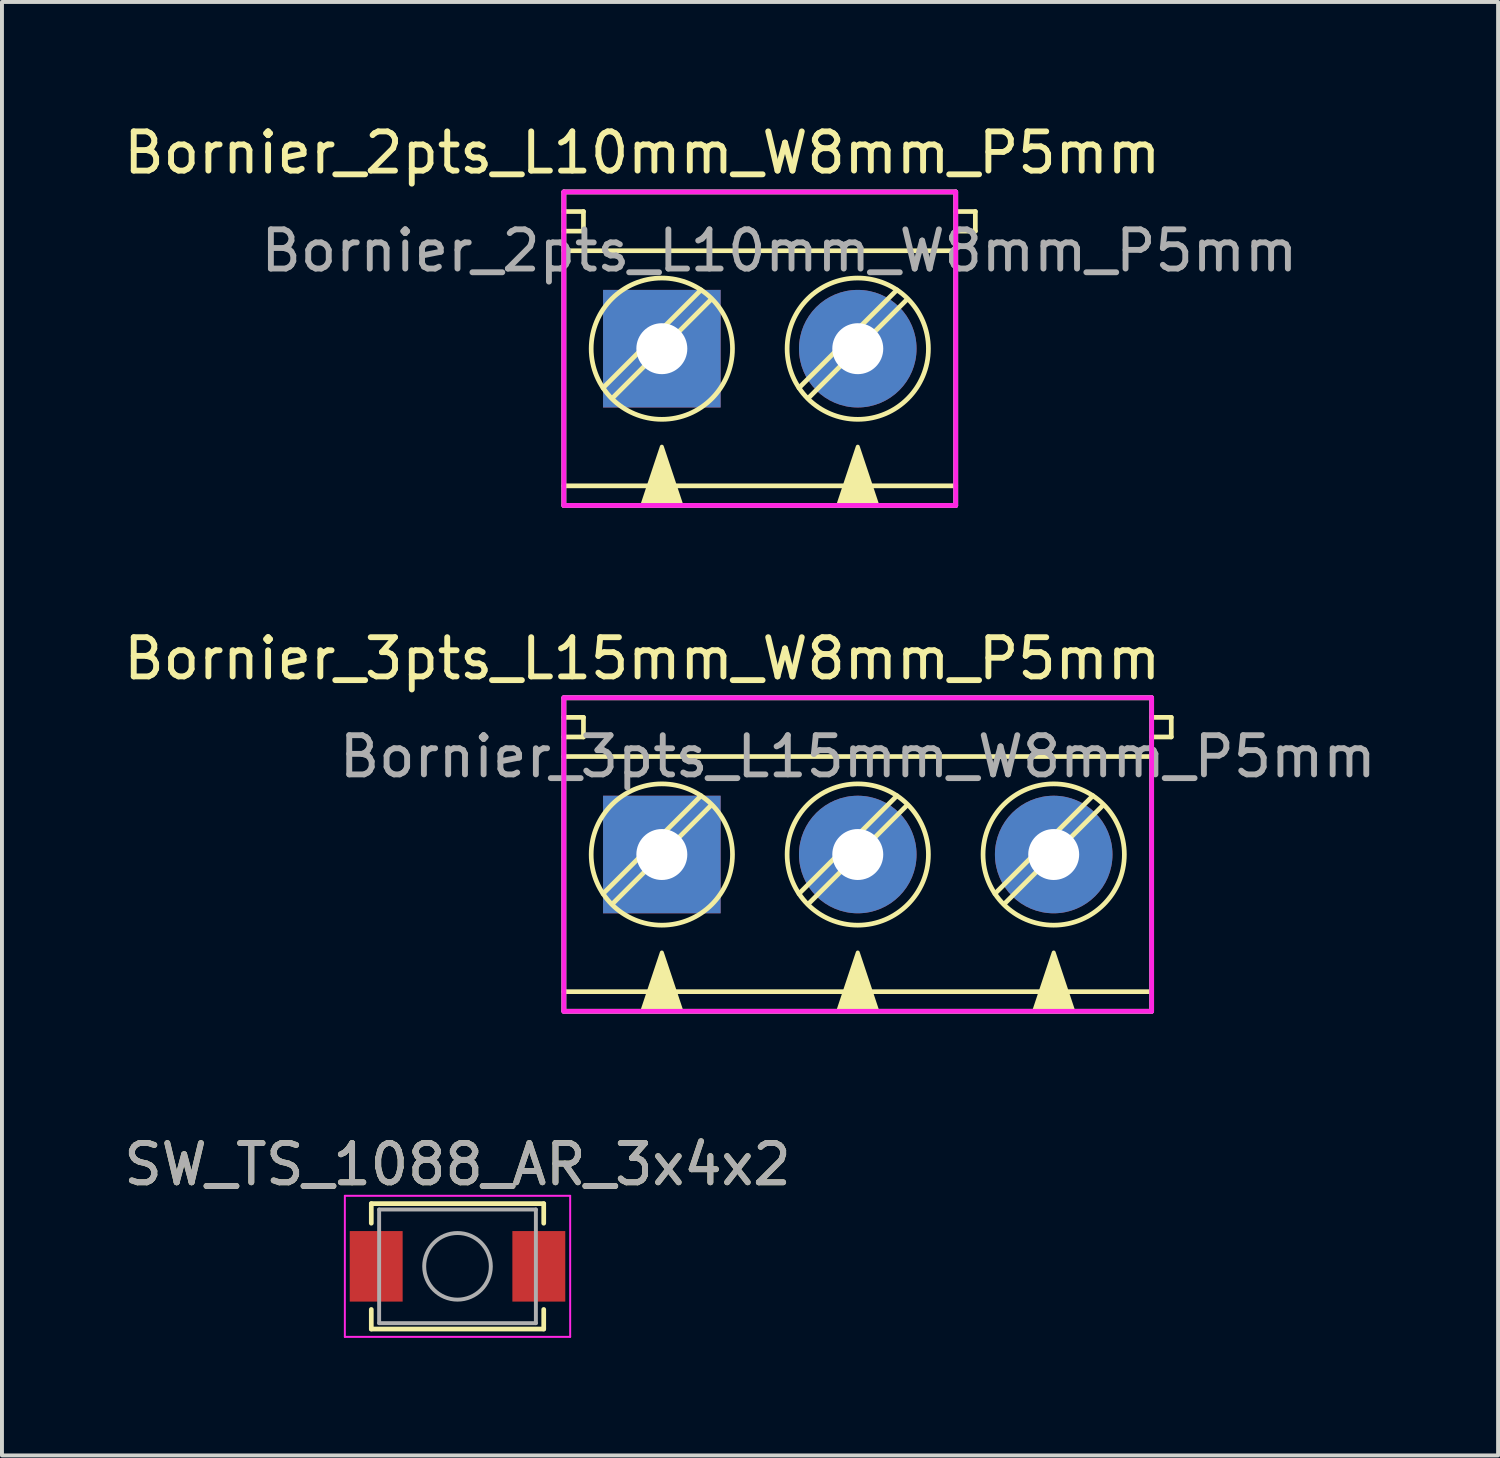
<source format=kicad_pcb>
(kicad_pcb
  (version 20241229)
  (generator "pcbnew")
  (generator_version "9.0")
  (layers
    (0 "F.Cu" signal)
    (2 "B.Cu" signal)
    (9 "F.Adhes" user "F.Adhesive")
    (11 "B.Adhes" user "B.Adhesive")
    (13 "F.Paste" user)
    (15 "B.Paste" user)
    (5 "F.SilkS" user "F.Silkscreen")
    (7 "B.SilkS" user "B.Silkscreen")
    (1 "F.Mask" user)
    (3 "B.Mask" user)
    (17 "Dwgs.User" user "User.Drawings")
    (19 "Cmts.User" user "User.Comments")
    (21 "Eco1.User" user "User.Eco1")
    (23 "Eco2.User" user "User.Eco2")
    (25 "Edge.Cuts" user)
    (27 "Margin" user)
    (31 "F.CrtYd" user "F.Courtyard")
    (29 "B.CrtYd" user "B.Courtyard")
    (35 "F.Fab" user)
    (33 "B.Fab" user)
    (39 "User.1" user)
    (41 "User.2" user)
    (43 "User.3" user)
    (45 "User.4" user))
  (footprint "Bornier_2pts_L10mm_W8mm_P5mm"
    (layer "F.Cu")
    (at 13.839 5.848)
    (property "Reference" "Bornier_2pts_L10mm_W8mm_P5mm" (at -0.5 -5 0) (layer "F.SilkS") (effects (font (size 1 1) (thickness 0.15))))
    (attr through_hole)
    (fp_line (start -2.5 -4) (end 7.5 -4) (stroke (width 0.12) (type solid)) (layer "F.SilkS"))
    (fp_line (start -2.5 -3.5) (end -2 -3.5) (stroke (width 0.12) (type solid)) (layer "F.SilkS"))
    (fp_line (start -2.5 -2.5) (end 7.5 -2.5) (stroke (width 0.12) (type solid)) (layer "F.SilkS"))
    (fp_line (start -2.5 4) (end -2.5 -4) (stroke (width 0.12) (type solid)) (layer "F.SilkS"))
    (fp_line (start -2 -3.5) (end -2 -3) (stroke (width 0.12) (type solid)) (layer "F.SilkS"))
    (fp_line (start -2 -3) (end -2.5 -3) (stroke (width 0.12) (type solid)) (layer "F.SilkS"))
    (fp_line (start -1.5 1) (end 1 -1.5) (stroke (width 0.12) (type solid)) (layer "F.SilkS"))
    (fp_line (start -1.25 1.25) (end 1.25 -1.25) (stroke (width 0.12) (type solid)) (layer "F.SilkS"))
    (fp_line (start 3.5 1) (end 6 -1.5) (stroke (width 0.12) (type solid)) (layer "F.SilkS"))
    (fp_line (start 3.75 1.25) (end 6.25 -1.25) (stroke (width 0.12) (type solid)) (layer "F.SilkS"))
    (fp_line (start 7.5 -4) (end 7.5 4) (stroke (width 0.12) (type solid)) (layer "F.SilkS"))
    (fp_line (start 7.5 -3.5) (end 8 -3.5) (stroke (width 0.12) (type solid)) (layer "F.SilkS"))
    (fp_line (start 7.5 3.5) (end -2.5 3.5) (stroke (width 0.12) (type solid)) (layer "F.SilkS"))
    (fp_line (start 7.5 4) (end -2.5 4) (stroke (width 0.12) (type solid)) (layer "F.SilkS"))
    (fp_line (start 8 -3.5) (end 8 -3) (stroke (width 0.12) (type solid)) (layer "F.SilkS"))
    (fp_line (start 8 -3) (end 7.5 -3) (stroke (width 0.12) (type solid)) (layer "F.SilkS"))
    (fp_circle (center 0 0) (end -1.5 -1) (stroke (width 0.12) (type solid)) (fill no) (layer "F.SilkS"))
    (fp_circle (center 5 0) (end 3.5 -1) (stroke (width 0.12) (type solid)) (fill no) (layer "F.SilkS"))
    (fp_poly (pts (xy 0.5 4) (xy -0.5 4) (xy 0 2.5)) (stroke (width 0.1) (type solid)) (fill yes) (layer "F.SilkS"))
    (fp_poly (pts (xy 5.5 4) (xy 4.5 4) (xy 5 2.5)) (stroke (width 0.1) (type solid)) (fill yes) (layer "F.SilkS"))
    (fp_line (start -2.5 -4) (end -2.5 4) (stroke (width 0.12) (type solid)) (layer "F.CrtYd"))
    (fp_line (start -2.5 4) (end 7.5 4) (stroke (width 0.12) (type solid)) (layer "F.CrtYd"))
    (fp_line (start 7.5 -4) (end -2.5 -4) (stroke (width 0.12) (type solid)) (layer "F.CrtYd"))
    (fp_line (start 7.5 4) (end 7.5 -4) (stroke (width 0.12) (type solid)) (layer "F.CrtYd"))
    (fp_line (start -2.5 -4) (end -2.5 4) (stroke (width 0.12) (type solid)) (layer "F.Fab"))
    (fp_line (start -2.5 4) (end 7.5 4) (stroke (width 0.12) (type solid)) (layer "F.Fab"))
    (fp_line (start 7.5 -4) (end -2.5 -4) (stroke (width 0.12) (type solid)) (layer "F.Fab"))
    (fp_line (start 7.5 4) (end 7.5 -4) (stroke (width 0.12) (type solid)) (layer "F.Fab"))
    (fp_text user "${REFERENCE}" (at 3 -2.5 0) (layer "F.Fab") (effects (font (size 1 1) (thickness 0.15))))
    (pad "1" thru_hole rect (at 0 0) (size 3 3) (drill 1.3) (layers "*.Cu" "*.Mask"))
    (pad "2" thru_hole circle (at 5 0) (size 3 3) (drill 1.3) (layers "*.Cu" "*.Mask")))
  (footprint "Bornier_3pts_L15mm_W8mm_P5mm"
    (layer "F.Cu")
    (at 13.839 18.756)
    (property "Reference" "Bornier_3pts_L15mm_W8mm_P5mm" (at -0.5 -5 0) (layer "F.SilkS") (effects (font (size 1 1) (thickness 0.15))))
    (attr through_hole)
    (fp_line (start -2.5 -4) (end 12.5 -4) (stroke (width 0.12) (type solid)) (layer "F.SilkS"))
    (fp_line (start -2.5 -3.5) (end -2 -3.5) (stroke (width 0.12) (type solid)) (layer "F.SilkS"))
    (fp_line (start -2.5 -2.5) (end 12.5 -2.5) (stroke (width 0.12) (type solid)) (layer "F.SilkS"))
    (fp_line (start -2.5 4) (end -2.5 -4) (stroke (width 0.12) (type solid)) (layer "F.SilkS"))
    (fp_line (start -2 -3.5) (end -2 -3) (stroke (width 0.12) (type solid)) (layer "F.SilkS"))
    (fp_line (start -2 -3) (end -2.5 -3) (stroke (width 0.12) (type solid)) (layer "F.SilkS"))
    (fp_line (start -1.5 1) (end 1 -1.5) (stroke (width 0.12) (type solid)) (layer "F.SilkS"))
    (fp_line (start -1.25 1.25) (end 1.25 -1.25) (stroke (width 0.12) (type solid)) (layer "F.SilkS"))
    (fp_line (start 3.5 1) (end 6 -1.5) (stroke (width 0.12) (type solid)) (layer "F.SilkS"))
    (fp_line (start 3.75 1.25) (end 6.25 -1.25) (stroke (width 0.12) (type solid)) (layer "F.SilkS"))
    (fp_line (start 8.5 1) (end 11 -1.5) (stroke (width 0.12) (type solid)) (layer "F.SilkS"))
    (fp_line (start 8.75 1.25) (end 11.25 -1.25) (stroke (width 0.12) (type solid)) (layer "F.SilkS"))
    (fp_line (start 12.5 -4) (end 12.5 4) (stroke (width 0.12) (type solid)) (layer "F.SilkS"))
    (fp_line (start 12.5 -3.5) (end 13 -3.5) (stroke (width 0.12) (type solid)) (layer "F.SilkS"))
    (fp_line (start 12.5 3.5) (end -2.5 3.5) (stroke (width 0.12) (type solid)) (layer "F.SilkS"))
    (fp_line (start 12.5 4) (end -2.5 4) (stroke (width 0.12) (type solid)) (layer "F.SilkS"))
    (fp_line (start 13 -3.5) (end 13 -3) (stroke (width 0.12) (type solid)) (layer "F.SilkS"))
    (fp_line (start 13 -3) (end 12.5 -3) (stroke (width 0.12) (type solid)) (layer "F.SilkS"))
    (fp_circle (center 0 0) (end -1.5 -1) (stroke (width 0.12) (type solid)) (fill no) (layer "F.SilkS"))
    (fp_circle (center 5 0) (end 3.5 -1) (stroke (width 0.12) (type solid)) (fill no) (layer "F.SilkS"))
    (fp_circle (center 10 0) (end 8.5 -1) (stroke (width 0.12) (type solid)) (fill no) (layer "F.SilkS"))
    (fp_poly (pts (xy 0.5 4) (xy -0.5 4) (xy 0 2.5)) (stroke (width 0.1) (type solid)) (fill yes) (layer "F.SilkS"))
    (fp_poly (pts (xy 5.5 4) (xy 4.5 4) (xy 5 2.5)) (stroke (width 0.1) (type solid)) (fill yes) (layer "F.SilkS"))
    (fp_poly (pts (xy 10.5 4) (xy 9.5 4) (xy 10 2.5)) (stroke (width 0.1) (type solid)) (fill yes) (layer "F.SilkS"))
    (fp_line (start -2.5 -4) (end -2.5 4) (stroke (width 0.12) (type solid)) (layer "F.CrtYd"))
    (fp_line (start -2.5 4) (end 12.5 4) (stroke (width 0.12) (type solid)) (layer "F.CrtYd"))
    (fp_line (start 12.5 -4) (end -2.5 -4) (stroke (width 0.12) (type solid)) (layer "F.CrtYd"))
    (fp_line (start 12.5 4) (end 12.5 -4) (stroke (width 0.12) (type solid)) (layer "F.CrtYd"))
    (fp_line (start -2.5 -4) (end -2.5 4) (stroke (width 0.12) (type solid)) (layer "F.Fab"))
    (fp_line (start -2.5 4) (end 12.5 4) (stroke (width 0.12) (type solid)) (layer "F.Fab"))
    (fp_line (start 12.5 -4) (end -2.5 -4) (stroke (width 0.12) (type solid)) (layer "F.Fab"))
    (fp_line (start 12.5 4) (end 12.5 -4) (stroke (width 0.12) (type solid)) (layer "F.Fab"))
    (fp_text user "${REFERENCE}" (at 5 -2.5 0) (layer "F.Fab") (effects (font (size 1 1) (thickness 0.15))))
    (pad "1" thru_hole rect (at 0 0) (size 3 3) (drill 1.3) (layers "*.Cu" "*.Mask"))
    (pad "2" thru_hole circle (at 5 0) (size 3 3) (drill 1.3) (layers "*.Cu" "*.Mask"))
    (pad "3" thru_hole circle (at 10 0) (size 3 3) (drill 1.3) (layers "*.Cu" "*.Mask")))
  (footprint "SW_TS_1088_AR_3x4x2"
    (layer "F.Cu")
    (at 8.625 29.265)
    (property "Reference" "SW_TS_1088_AR_3x4x2" (at 0 -2.6 0) (layer "F.SilkS") (effects (font (size 1 1) (thickness 0.15))))
    (attr smd)
    (fp_line (start -2.2 -1.6) (end 2.2 -1.6) (stroke (width 0.12) (type solid)) (layer "F.SilkS"))
    (fp_line (start -2.2 -1.1) (end -2.2 -1.6) (stroke (width 0.12) (type solid)) (layer "F.SilkS"))
    (fp_line (start -2.2 1.1) (end -2.2 1.6) (stroke (width 0.12) (type solid)) (layer "F.SilkS"))
    (fp_line (start -2.2 1.6) (end 2.2 1.6) (stroke (width 0.12) (type solid)) (layer "F.SilkS"))
    (fp_line (start 2.2 -1.6) (end 2.2 -1.1) (stroke (width 0.12) (type solid)) (layer "F.SilkS"))
    (fp_line (start 2.2 1.6) (end 2.2 1.1) (stroke (width 0.12) (type solid)) (layer "F.SilkS"))
    (fp_line (start -2.875 -1.8) (end -2.875 1.8) (stroke (width 0.05) (type solid)) (layer "F.CrtYd"))
    (fp_line (start -2.875 1.8) (end 2.875 1.8) (stroke (width 0.05) (type solid)) (layer "F.CrtYd"))
    (fp_line (start 2.875 -1.8) (end -2.875 -1.8) (stroke (width 0.05) (type solid)) (layer "F.CrtYd"))
    (fp_line (start 2.875 1.8) (end 2.875 -1.8) (stroke (width 0.05) (type solid)) (layer "F.CrtYd"))
    (fp_line (start -2 -1.45) (end 2 -1.45) (stroke (width 0.1) (type solid)) (layer "F.Fab"))
    (fp_line (start -2 1.45) (end -2 -1.45) (stroke (width 0.1) (type solid)) (layer "F.Fab"))
    (fp_line (start 2 -1.45) (end 2 1.45) (stroke (width 0.1) (type solid)) (layer "F.Fab"))
    (fp_line (start 2 1.45) (end -2 1.45) (stroke (width 0.1) (type solid)) (layer "F.Fab"))
    (fp_circle (center 0 0) (end 0.85 0) (stroke (width 0.1) (type solid)) (fill no) (layer "F.Fab"))
    (fp_text user "${REFERENCE}" (at 0 -2.6 0) (layer "F.Fab") (effects (font (size 1 1) (thickness 0.15))))
    (pad "1" smd rect (at -2.075 0) (size 1.35 1.8) (layers "F.Cu" "F.Mask" "F.Paste"))
    (pad "2" smd rect (at 2.075 0) (size 1.35 1.8) (layers "F.Cu" "F.Mask" "F.Paste")))
  (gr_rect
    (start -3 -3)
    (end 35.179 34.09)
    (stroke (width 0.1) (type default))
    (fill no)
    (layer "Edge.Cuts")))
</source>
